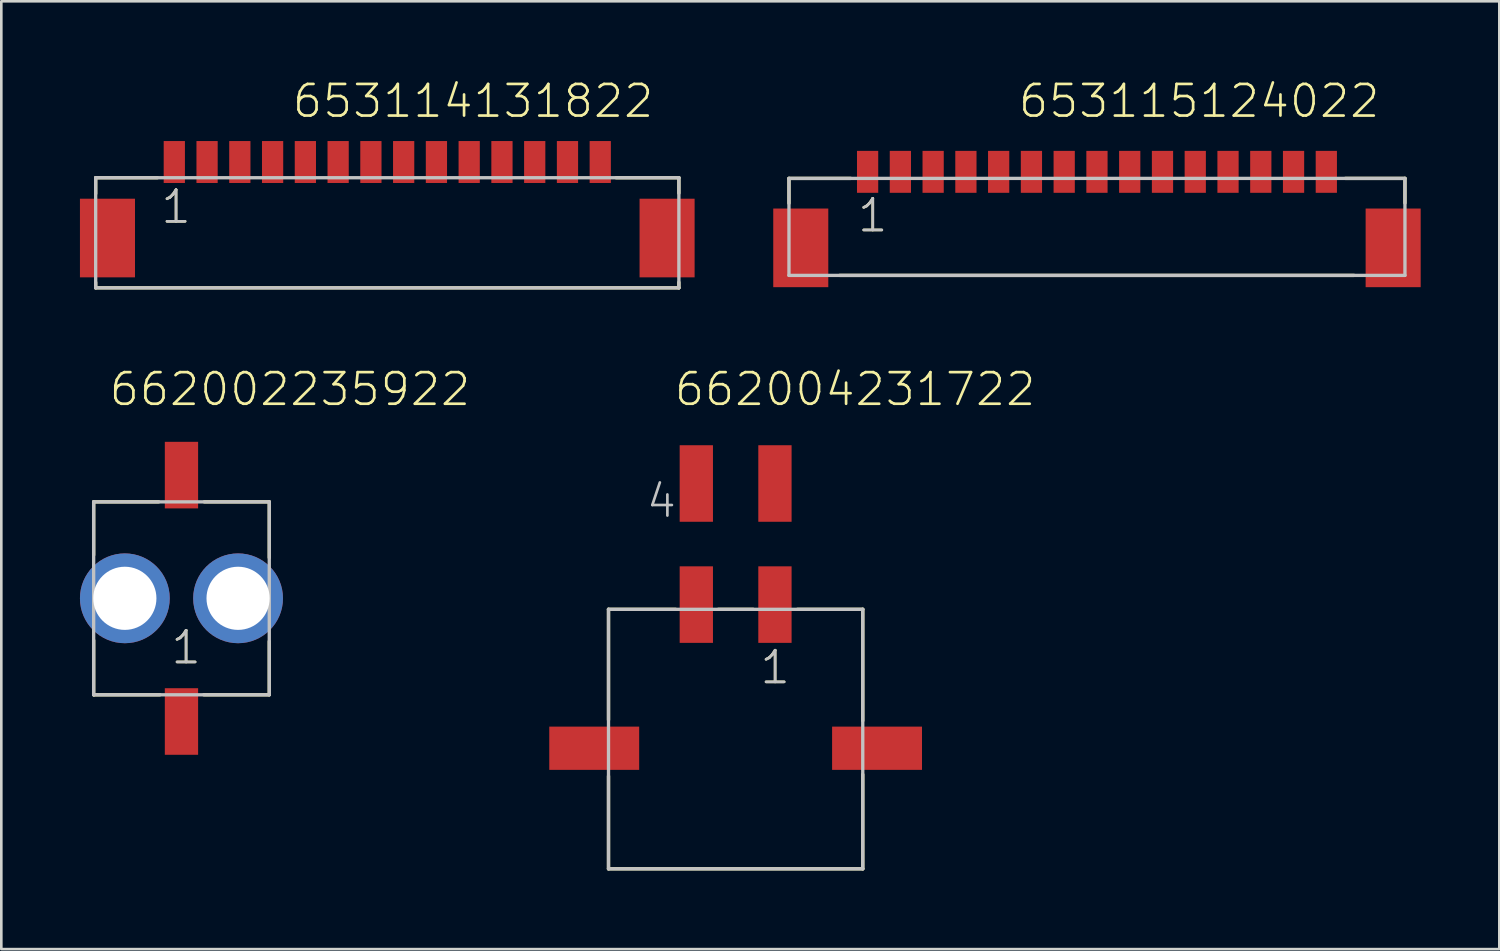
<source format=kicad_pcb>
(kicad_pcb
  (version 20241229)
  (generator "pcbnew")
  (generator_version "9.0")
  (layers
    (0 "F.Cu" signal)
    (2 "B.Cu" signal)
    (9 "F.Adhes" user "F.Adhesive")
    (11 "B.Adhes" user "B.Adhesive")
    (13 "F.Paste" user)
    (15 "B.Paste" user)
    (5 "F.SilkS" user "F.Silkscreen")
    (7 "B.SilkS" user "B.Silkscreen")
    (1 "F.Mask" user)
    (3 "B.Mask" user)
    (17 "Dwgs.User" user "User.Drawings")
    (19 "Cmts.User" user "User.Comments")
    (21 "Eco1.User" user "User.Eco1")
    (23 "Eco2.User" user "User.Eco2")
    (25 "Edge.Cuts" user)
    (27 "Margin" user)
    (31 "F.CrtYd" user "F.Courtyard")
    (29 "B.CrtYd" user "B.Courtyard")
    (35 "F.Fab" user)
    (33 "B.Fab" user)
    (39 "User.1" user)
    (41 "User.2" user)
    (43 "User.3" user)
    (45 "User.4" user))
  (footprint "653115124022"
    (layer "F.Cu")
    (at 38.8 3.506)
    (property "Reference" "653115124022" (at -3.06 -1.995 0) (layer "F.SilkS") (effects (font (size 1.206 1.206) (thickness 0.102)) (justify left bottom)))
    (attr through_hole)
    (fp_line (start -11.75 0.25) (end -11.75 1.2) (stroke (width 0.127) (type solid)) (layer "F.SilkS"))
    (fp_line (start -9.815 3.95) (end 9.805 3.95) (stroke (width 0.127) (type solid)) (layer "F.SilkS"))
    (fp_line (start -9.395 0.25) (end -11.75 0.25) (stroke (width 0.127) (type solid)) (layer "F.SilkS"))
    (fp_line (start 9.475 0.25) (end 11.75 0.25) (stroke (width 0.127) (type solid)) (layer "F.SilkS"))
    (fp_line (start 11.75 0.25) (end 11.75 1.19) (stroke (width 0.127) (type solid)) (layer "F.SilkS"))
    (fp_line (start -11.75 0.25) (end 11.75 0.25) (stroke (width 0.127) (type solid)) (layer "Dwgs.User"))
    (fp_line (start -11.75 3.95) (end -11.75 0.25) (stroke (width 0.127) (type solid)) (layer "Dwgs.User"))
    (fp_line (start 11.75 0.25) (end 11.75 3.95) (stroke (width 0.127) (type solid)) (layer "Dwgs.User"))
    (fp_line (start 11.75 3.95) (end -11.75 3.95) (stroke (width 0.127) (type solid)) (layer "Dwgs.User"))
    (fp_text user "1" (at -9.195 2.37 0) (layer "F.SilkS") (effects (font (size 1.206 1.206) (thickness 0.102)) (justify left bottom)))
    (fp_text user "1" (at -9.195 2.37 0) (layer "Dwgs.User") (effects (font (size 1.206 1.206) (thickness 0.102)) (justify left bottom)))
    (pad "1" smd rect (at -8.75 0) (size 0.81 1.6) (layers "F.Cu" "F.Mask" "F.Paste"))
    (pad "2" smd rect (at -7.5 0) (size 0.81 1.6) (layers "F.Cu" "F.Mask" "F.Paste"))
    (pad "3" smd rect (at -6.25 0) (size 0.81 1.6) (layers "F.Cu" "F.Mask" "F.Paste"))
    (pad "4" smd rect (at -5 0) (size 0.81 1.6) (layers "F.Cu" "F.Mask" "F.Paste"))
    (pad "5" smd rect (at -3.75 0) (size 0.81 1.6) (layers "F.Cu" "F.Mask" "F.Paste"))
    (pad "6" smd rect (at -2.5 0) (size 0.81 1.6) (layers "F.Cu" "F.Mask" "F.Paste"))
    (pad "7" smd rect (at -1.25 0) (size 0.81 1.6) (layers "F.Cu" "F.Mask" "F.Paste"))
    (pad "8" smd rect (at 0 0) (size 0.81 1.6) (layers "F.Cu" "F.Mask" "F.Paste"))
    (pad "9" smd rect (at 1.25 0) (size 0.81 1.6) (layers "F.Cu" "F.Mask" "F.Paste"))
    (pad "10" smd rect (at 2.5 0) (size 0.81 1.6) (layers "F.Cu" "F.Mask" "F.Paste"))
    (pad "11" smd rect (at 3.75 0) (size 0.81 1.6) (layers "F.Cu" "F.Mask" "F.Paste"))
    (pad "12" smd rect (at 5 0) (size 0.81 1.6) (layers "F.Cu" "F.Mask" "F.Paste"))
    (pad "13" smd rect (at 6.25 0) (size 0.81 1.6) (layers "F.Cu" "F.Mask" "F.Paste"))
    (pad "14" smd rect (at 7.5 0) (size 0.81 1.6) (layers "F.Cu" "F.Mask" "F.Paste"))
    (pad "15" smd rect (at 8.75 0) (size 0.81 1.6) (layers "F.Cu" "F.Mask" "F.Paste"))
    (pad "Z1" smd rect (at -11.3 2.9) (size 2.1 3) (layers "F.Cu" "F.Mask" "F.Paste"))
    (pad "Z2" smd rect (at 11.3 2.9) (size 2.1 3) (layers "F.Cu" "F.Mask" "F.Paste")))
  (footprint "662002235922"
    (layer "F.Cu")
    (at 3.873 19.776)
    (property "Reference" "662002235922" (at -2.82 -7.27 0) (layer "F.SilkS") (effects (font (size 1.206 1.206) (thickness 0.102)) (justify left bottom)))
    (attr through_hole)
    (fp_line (start -3.35 -3.68) (end -3.35 -1.65) (stroke (width 0.127) (type solid)) (layer "F.SilkS"))
    (fp_line (start -3.35 1.6) (end -3.35 3.68) (stroke (width 0.127) (type solid)) (layer "F.SilkS"))
    (fp_line (start -3.34 3.68) (end -3.34 3.67) (stroke (width 0.127) (type solid)) (layer "F.SilkS"))
    (fp_line (start -0.87 -3.68) (end -3.35 -3.68) (stroke (width 0.127) (type solid)) (layer "F.SilkS"))
    (fp_line (start -0.82 3.68) (end -3.34 3.68) (stroke (width 0.127) (type solid)) (layer "F.SilkS"))
    (fp_line (start 0.85 3.68) (end 3.35 3.68) (stroke (width 0.127) (type solid)) (layer "F.SilkS"))
    (fp_line (start 0.87 -3.68) (end 3.35 -3.68) (stroke (width 0.127) (type solid)) (layer "F.SilkS"))
    (fp_line (start 3.35 -3.68) (end 3.35 -1.55) (stroke (width 0.127) (type solid)) (layer "F.SilkS"))
    (fp_line (start 3.35 3.68) (end 3.35 1.64) (stroke (width 0.127) (type solid)) (layer "F.SilkS"))
    (fp_line (start -3.35 -3.68) (end 3.35 -3.68) (stroke (width 0.127) (type solid)) (layer "Dwgs.User"))
    (fp_line (start -3.35 3.68) (end -3.35 -3.68) (stroke (width 0.127) (type solid)) (layer "Dwgs.User"))
    (fp_line (start 3.35 -3.68) (end 3.35 3.68) (stroke (width 0.127) (type solid)) (layer "Dwgs.User"))
    (fp_line (start 3.35 3.68) (end -3.35 3.68) (stroke (width 0.127) (type solid)) (layer "Dwgs.User"))
    (fp_text user "1" (at -0.465 2.58 0) (layer "F.SilkS") (effects (font (size 1.206 1.206) (thickness 0.102)) (justify left bottom)))
    (fp_text user "1" (at -0.465 2.58 0) (layer "Dwgs.User") (effects (font (size 1.206 1.206) (thickness 0.102)) (justify left bottom)))
    (pad "1" smd rect (at 0 4.7 90) (size 2.54 1.27) (layers "F.Cu" "F.Mask" "F.Paste"))
    (pad "2" smd rect (at 0 -4.7 90) (size 2.54 1.27) (layers "F.Cu" "F.Mask" "F.Paste"))
    (pad "Z1" thru_hole circle (at -2.16 0) (size 3.426 3.426) (drill 2.41) (layers "*.Cu" "*.Mask"))
    (pad "Z2" thru_hole circle (at 2.16 0) (size 3.426 3.426) (drill 2.41) (layers "*.Cu" "*.Mask")))
  (footprint "653114131822"
    (layer "F.Cu")
    (at 11.725 3.131)
    (property "Reference" "653114131822" (at -3.685 -1.62 0) (layer "F.SilkS") (effects (font (size 1.206 1.206) (thickness 0.102)) (justify left bottom)))
    (attr through_hole)
    (fp_line (start -11.125 0.6) (end -11.125 1.21) (stroke (width 0.127) (type solid)) (layer "F.SilkS"))
    (fp_line (start -11.125 4.59) (end -11.125 4.8) (stroke (width 0.127) (type solid)) (layer "F.SilkS"))
    (fp_line (start -11.125 4.8) (end 11.125 4.8) (stroke (width 0.127) (type solid)) (layer "F.SilkS"))
    (fp_line (start -8.77 0.6) (end -11.125 0.6) (stroke (width 0.127) (type solid)) (layer "F.SilkS"))
    (fp_line (start 8.73 0.6) (end 11.125 0.6) (stroke (width 0.127) (type solid)) (layer "F.SilkS"))
    (fp_line (start 11.125 0.6) (end 11.125 1.19) (stroke (width 0.127) (type solid)) (layer "F.SilkS"))
    (fp_line (start 11.125 4.8) (end 11.125 4.59) (stroke (width 0.127) (type solid)) (layer "F.SilkS"))
    (fp_line (start -11.125 0.6) (end 11.125 0.6) (stroke (width 0.127) (type solid)) (layer "Dwgs.User"))
    (fp_line (start -11.125 4.8) (end -11.125 0.6) (stroke (width 0.127) (type solid)) (layer "Dwgs.User"))
    (fp_line (start 11.125 0.6) (end 11.125 4.8) (stroke (width 0.127) (type solid)) (layer "Dwgs.User"))
    (fp_line (start 11.125 4.8) (end -11.125 4.8) (stroke (width 0.127) (type solid)) (layer "Dwgs.User"))
    (fp_text user "1" (at -8.7 2.415 0) (layer "F.SilkS") (effects (font (size 1.206 1.206) (thickness 0.102)) (justify left bottom)))
    (fp_text user "1" (at -8.7 2.415 0) (layer "Dwgs.User") (effects (font (size 1.206 1.206) (thickness 0.102)) (justify left bottom)))
    (pad "1" smd rect (at -8.125 0) (size 0.81 1.6) (layers "F.Cu" "F.Mask" "F.Paste"))
    (pad "2" smd rect (at -6.875 0) (size 0.81 1.6) (layers "F.Cu" "F.Mask" "F.Paste"))
    (pad "3" smd rect (at -5.625 0) (size 0.81 1.6) (layers "F.Cu" "F.Mask" "F.Paste"))
    (pad "4" smd rect (at -4.375 0) (size 0.81 1.6) (layers "F.Cu" "F.Mask" "F.Paste"))
    (pad "5" smd rect (at -3.125 0) (size 0.81 1.6) (layers "F.Cu" "F.Mask" "F.Paste"))
    (pad "6" smd rect (at -1.875 0) (size 0.81 1.6) (layers "F.Cu" "F.Mask" "F.Paste"))
    (pad "7" smd rect (at -0.625 0) (size 0.81 1.6) (layers "F.Cu" "F.Mask" "F.Paste"))
    (pad "8" smd rect (at 0.625 0) (size 0.81 1.6) (layers "F.Cu" "F.Mask" "F.Paste"))
    (pad "9" smd rect (at 1.875 0) (size 0.81 1.6) (layers "F.Cu" "F.Mask" "F.Paste"))
    (pad "10" smd rect (at 3.125 0) (size 0.81 1.6) (layers "F.Cu" "F.Mask" "F.Paste"))
    (pad "11" smd rect (at 4.375 0) (size 0.81 1.6) (layers "F.Cu" "F.Mask" "F.Paste"))
    (pad "12" smd rect (at 5.625 0) (size 0.81 1.6) (layers "F.Cu" "F.Mask" "F.Paste"))
    (pad "13" smd rect (at 6.875 0) (size 0.81 1.6) (layers "F.Cu" "F.Mask" "F.Paste"))
    (pad "14" smd rect (at 8.125 0) (size 0.81 1.6) (layers "F.Cu" "F.Mask" "F.Paste"))
    (pad "Z1" smd rect (at -10.675 2.9) (size 2.1 3) (layers "F.Cu" "F.Mask" "F.Paste"))
    (pad "Z2" smd rect (at 10.675 2.9) (size 2.1 3) (layers "F.Cu" "F.Mask" "F.Paste")))
  (footprint "662004231722"
    (layer "F.Cu")
    (at 25.015 25.496)
    (property "Reference" "662004231722" (at -2.4 -12.99 0) (layer "F.SilkS") (effects (font (size 1.206 1.206) (thickness 0.102)) (justify left bottom)))
    (attr through_hole)
    (fp_line (start -4.85 -5.3) (end -4.85 -1.08) (stroke (width 0.127) (type solid)) (layer "F.SilkS"))
    (fp_line (start -4.85 1.06) (end -4.85 4.6) (stroke (width 0.127) (type solid)) (layer "F.SilkS"))
    (fp_line (start -4.85 4.6) (end 4.85 4.6) (stroke (width 0.127) (type solid)) (layer "F.SilkS"))
    (fp_line (start -2.29 -5.3) (end -4.85 -5.3) (stroke (width 0.127) (type solid)) (layer "F.SilkS"))
    (fp_line (start -0.66 -5.3) (end 0.67 -5.3) (stroke (width 0.127) (type solid)) (layer "F.SilkS"))
    (fp_line (start 2.36 -5.3) (end 4.85 -5.3) (stroke (width 0.127) (type solid)) (layer "F.SilkS"))
    (fp_line (start 4.85 -5.3) (end 4.85 -1.05) (stroke (width 0.127) (type solid)) (layer "F.SilkS"))
    (fp_line (start 4.85 4.6) (end 4.85 1) (stroke (width 0.127) (type solid)) (layer "F.SilkS"))
    (fp_line (start -4.85 -5.3) (end 4.85 -5.3) (stroke (width 0.127) (type solid)) (layer "Dwgs.User"))
    (fp_line (start -4.85 4.6) (end -4.85 -5.3) (stroke (width 0.127) (type solid)) (layer "Dwgs.User"))
    (fp_line (start 4.85 -5.3) (end 4.85 4.6) (stroke (width 0.127) (type solid)) (layer "Dwgs.User"))
    (fp_line (start 4.85 4.6) (end -4.85 4.6) (stroke (width 0.127) (type solid)) (layer "Dwgs.User"))
    (fp_text user "1" (at 0.865 -2.38 0) (layer "F.SilkS") (effects (font (size 1.206 1.206) (thickness 0.102)) (justify left bottom)))
    (fp_text user "1" (at 0.865 -2.38 0) (layer "Dwgs.User") (effects (font (size 1.206 1.206) (thickness 0.102)) (justify left bottom)))
    (fp_text user "4" (at -3.475 -8.725 0) (layer "Dwgs.User") (effects (font (size 1.206 1.206) (thickness 0.102)) (justify left bottom)))
    (pad "1" smd rect (at 1.5 -5.48 90) (size 2.92 1.27) (layers "F.Cu" "F.Mask" "F.Paste"))
    (pad "2" smd rect (at -1.5 -5.48 90) (size 2.92 1.27) (layers "F.Cu" "F.Mask" "F.Paste"))
    (pad "3" smd rect (at 1.5 -10.1 90) (size 2.92 1.27) (layers "F.Cu" "F.Mask" "F.Paste"))
    (pad "4" smd rect (at -1.5 -10.1 90) (size 2.92 1.27) (layers "F.Cu" "F.Mask" "F.Paste"))
    (pad "M1" smd rect (at 5.395 0) (size 3.43 1.65) (layers "F.Cu" "F.Mask" "F.Paste"))
    (pad "M2" smd rect (at -5.395 0) (size 3.43 1.65) (layers "F.Cu" "F.Mask" "F.Paste")))
  (gr_rect
    (start -3 -3)
    (end 54.15 33.16)
    (stroke (width 0.1) (type default))
    (fill no)
    (layer "Edge.Cuts")))
</source>
